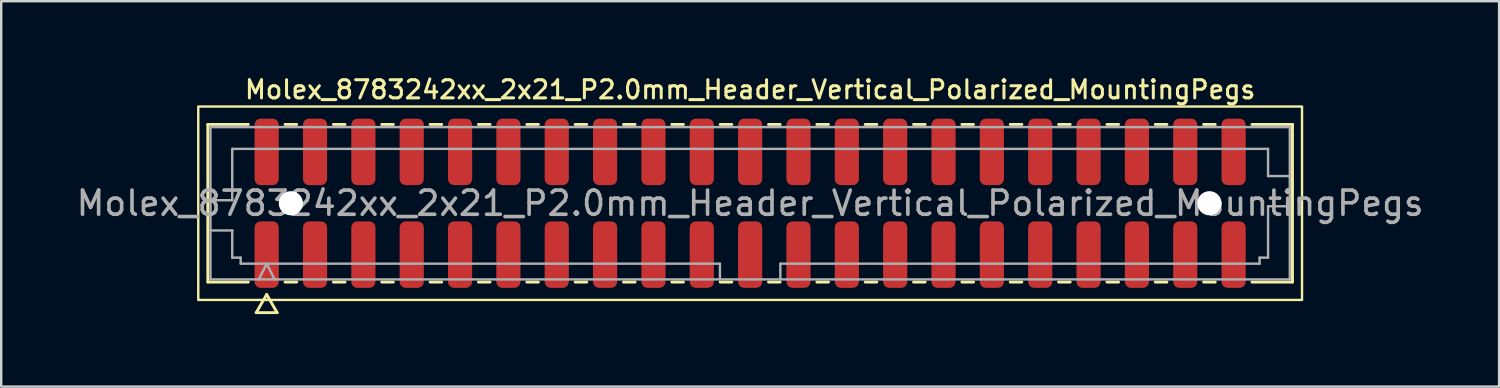
<source format=kicad_pcb>
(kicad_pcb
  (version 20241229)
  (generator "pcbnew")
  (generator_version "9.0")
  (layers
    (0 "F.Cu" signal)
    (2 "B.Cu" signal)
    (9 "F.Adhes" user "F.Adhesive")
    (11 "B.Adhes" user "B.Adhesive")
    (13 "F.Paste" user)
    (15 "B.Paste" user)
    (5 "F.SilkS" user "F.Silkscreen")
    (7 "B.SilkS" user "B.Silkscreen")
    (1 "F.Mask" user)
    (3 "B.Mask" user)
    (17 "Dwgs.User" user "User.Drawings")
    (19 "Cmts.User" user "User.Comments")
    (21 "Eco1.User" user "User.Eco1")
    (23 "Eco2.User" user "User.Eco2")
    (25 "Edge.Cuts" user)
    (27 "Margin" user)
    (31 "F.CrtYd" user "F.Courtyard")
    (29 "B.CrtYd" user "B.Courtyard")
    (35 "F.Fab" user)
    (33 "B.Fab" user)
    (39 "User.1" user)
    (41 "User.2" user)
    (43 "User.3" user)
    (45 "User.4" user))
  (footprint "Molex_8783242xx_2x21_P2.0mm_Header_Vertical_Polarized_MountingPegs"
    (layer "F.Cu")
    (at 27.982 5.358)
    (property "Reference" "Molex_8783242xx_2x21_P2.0mm_Header_Vertical_Polarized_MountingPegs" (at 0 -4.7 0) (layer "F.SilkS") (effects (font (size 0.75 0.75) (thickness 0.125))))
    (attr smd)
    (fp_line (start -22.435 -3.26) (end -20.76 -3.26) (stroke (width 0.12) (type solid)) (layer "F.SilkS"))
    (fp_line (start -22.435 3.26) (end -22.435 -3.26) (stroke (width 0.12) (type solid)) (layer "F.SilkS"))
    (fp_line (start -20.76 3.26) (end -22.435 3.26) (stroke (width 0.12) (type solid)) (layer "F.SilkS"))
    (fp_line (start -20.433 4.525) (end -20 3.775) (stroke (width 0.12) (type solid)) (layer "F.SilkS"))
    (fp_line (start -20 3.775) (end -19.567 4.525) (stroke (width 0.12) (type solid)) (layer "F.SilkS"))
    (fp_line (start -19.567 4.525) (end -20.433 4.525) (stroke (width 0.12) (type solid)) (layer "F.SilkS"))
    (fp_line (start -19.24 -3.26) (end -18.76 -3.26) (stroke (width 0.12) (type solid)) (layer "F.SilkS"))
    (fp_line (start -18.76 3.26) (end -19.24 3.26) (stroke (width 0.12) (type solid)) (layer "F.SilkS"))
    (fp_line (start -17.24 -3.26) (end -16.76 -3.26) (stroke (width 0.12) (type solid)) (layer "F.SilkS"))
    (fp_line (start -16.76 3.26) (end -17.24 3.26) (stroke (width 0.12) (type solid)) (layer "F.SilkS"))
    (fp_line (start -15.24 -3.26) (end -14.76 -3.26) (stroke (width 0.12) (type solid)) (layer "F.SilkS"))
    (fp_line (start -14.76 3.26) (end -15.24 3.26) (stroke (width 0.12) (type solid)) (layer "F.SilkS"))
    (fp_line (start -13.24 -3.26) (end -12.76 -3.26) (stroke (width 0.12) (type solid)) (layer "F.SilkS"))
    (fp_line (start -12.76 3.26) (end -13.24 3.26) (stroke (width 0.12) (type solid)) (layer "F.SilkS"))
    (fp_line (start -11.24 -3.26) (end -10.76 -3.26) (stroke (width 0.12) (type solid)) (layer "F.SilkS"))
    (fp_line (start -10.76 3.26) (end -11.24 3.26) (stroke (width 0.12) (type solid)) (layer "F.SilkS"))
    (fp_line (start -9.24 -3.26) (end -8.76 -3.26) (stroke (width 0.12) (type solid)) (layer "F.SilkS"))
    (fp_line (start -8.76 3.26) (end -9.24 3.26) (stroke (width 0.12) (type solid)) (layer "F.SilkS"))
    (fp_line (start -7.24 -3.26) (end -6.76 -3.26) (stroke (width 0.12) (type solid)) (layer "F.SilkS"))
    (fp_line (start -6.76 3.26) (end -7.24 3.26) (stroke (width 0.12) (type solid)) (layer "F.SilkS"))
    (fp_line (start -5.24 -3.26) (end -4.76 -3.26) (stroke (width 0.12) (type solid)) (layer "F.SilkS"))
    (fp_line (start -4.76 3.26) (end -5.24 3.26) (stroke (width 0.12) (type solid)) (layer "F.SilkS"))
    (fp_line (start -3.24 -3.26) (end -2.76 -3.26) (stroke (width 0.12) (type solid)) (layer "F.SilkS"))
    (fp_line (start -2.76 3.26) (end -3.24 3.26) (stroke (width 0.12) (type solid)) (layer "F.SilkS"))
    (fp_line (start -1.24 -3.26) (end -0.76 -3.26) (stroke (width 0.12) (type solid)) (layer "F.SilkS"))
    (fp_line (start -0.76 3.26) (end -1.24 3.26) (stroke (width 0.12) (type solid)) (layer "F.SilkS"))
    (fp_line (start 0.76 -3.26) (end 1.24 -3.26) (stroke (width 0.12) (type solid)) (layer "F.SilkS"))
    (fp_line (start 1.24 3.26) (end 0.76 3.26) (stroke (width 0.12) (type solid)) (layer "F.SilkS"))
    (fp_line (start 2.76 -3.26) (end 3.24 -3.26) (stroke (width 0.12) (type solid)) (layer "F.SilkS"))
    (fp_line (start 3.24 3.26) (end 2.76 3.26) (stroke (width 0.12) (type solid)) (layer "F.SilkS"))
    (fp_line (start 4.76 -3.26) (end 5.24 -3.26) (stroke (width 0.12) (type solid)) (layer "F.SilkS"))
    (fp_line (start 5.24 3.26) (end 4.76 3.26) (stroke (width 0.12) (type solid)) (layer "F.SilkS"))
    (fp_line (start 6.76 -3.26) (end 7.24 -3.26) (stroke (width 0.12) (type solid)) (layer "F.SilkS"))
    (fp_line (start 7.24 3.26) (end 6.76 3.26) (stroke (width 0.12) (type solid)) (layer "F.SilkS"))
    (fp_line (start 8.76 -3.26) (end 9.24 -3.26) (stroke (width 0.12) (type solid)) (layer "F.SilkS"))
    (fp_line (start 9.24 3.26) (end 8.76 3.26) (stroke (width 0.12) (type solid)) (layer "F.SilkS"))
    (fp_line (start 10.76 -3.26) (end 11.24 -3.26) (stroke (width 0.12) (type solid)) (layer "F.SilkS"))
    (fp_line (start 11.24 3.26) (end 10.76 3.26) (stroke (width 0.12) (type solid)) (layer "F.SilkS"))
    (fp_line (start 12.76 -3.26) (end 13.24 -3.26) (stroke (width 0.12) (type solid)) (layer "F.SilkS"))
    (fp_line (start 13.24 3.26) (end 12.76 3.26) (stroke (width 0.12) (type solid)) (layer "F.SilkS"))
    (fp_line (start 14.76 -3.26) (end 15.24 -3.26) (stroke (width 0.12) (type solid)) (layer "F.SilkS"))
    (fp_line (start 15.24 3.26) (end 14.76 3.26) (stroke (width 0.12) (type solid)) (layer "F.SilkS"))
    (fp_line (start 16.76 -3.26) (end 17.24 -3.26) (stroke (width 0.12) (type solid)) (layer "F.SilkS"))
    (fp_line (start 17.24 3.26) (end 16.76 3.26) (stroke (width 0.12) (type solid)) (layer "F.SilkS"))
    (fp_line (start 18.76 -3.26) (end 19.24 -3.26) (stroke (width 0.12) (type solid)) (layer "F.SilkS"))
    (fp_line (start 19.24 3.26) (end 18.76 3.26) (stroke (width 0.12) (type solid)) (layer "F.SilkS"))
    (fp_line (start 20.76 -3.26) (end 22.435 -3.26) (stroke (width 0.12) (type solid)) (layer "F.SilkS"))
    (fp_line (start 22.435 -3.26) (end 22.435 3.26) (stroke (width 0.12) (type solid)) (layer "F.SilkS"))
    (fp_line (start 22.435 3.26) (end 20.76 3.26) (stroke (width 0.12) (type solid)) (layer "F.SilkS"))
    (fp_rect (start -22.83 -4) (end 22.83 4) (stroke (width 0.1) (type solid)) (fill no) (layer "F.SilkS"))
    (fp_line (start -22.325 -3.15) (end 22.325 -3.15) (stroke (width 0.1) (type solid)) (layer "F.Fab"))
    (fp_line (start -22.325 -0.125) (end -21.425 -0.125) (stroke (width 0.1) (type solid)) (layer "F.Fab"))
    (fp_line (start -22.325 1.125) (end -21.425 1.125) (stroke (width 0.1) (type solid)) (layer "F.Fab"))
    (fp_line (start -22.325 3.15) (end -22.325 -3.15) (stroke (width 0.1) (type solid)) (layer "F.Fab"))
    (fp_line (start -21.425 -2.25) (end 21.425 -2.25) (stroke (width 0.1) (type solid)) (layer "F.Fab"))
    (fp_line (start -21.425 -0.125) (end -21.425 -2.25) (stroke (width 0.1) (type solid)) (layer "F.Fab"))
    (fp_line (start -21.425 1.125) (end -21.425 2.25) (stroke (width 0.1) (type solid)) (layer "F.Fab"))
    (fp_line (start -21.425 2.25) (end -21.075 2.25) (stroke (width 0.1) (type solid)) (layer "F.Fab"))
    (fp_line (start -21.075 2.25) (end -21.075 2.5) (stroke (width 0.1) (type solid)) (layer "F.Fab"))
    (fp_line (start -21.075 2.5) (end -1.25 2.5) (stroke (width 0.1) (type solid)) (layer "F.Fab"))
    (fp_line (start -20.325 3.15) (end -20 2.5) (stroke (width 0.1) (type solid)) (layer "F.Fab"))
    (fp_line (start -20 2.5) (end -19.675 3.15) (stroke (width 0.1) (type solid)) (layer "F.Fab"))
    (fp_line (start -1.25 2.5) (end -1.25 3.15) (stroke (width 0.1) (type solid)) (layer "F.Fab"))
    (fp_line (start 1.25 2.5) (end 1.25 3.15) (stroke (width 0.1) (type solid)) (layer "F.Fab"))
    (fp_line (start 1.25 2.5) (end 21.075 2.5) (stroke (width 0.1) (type solid)) (layer "F.Fab"))
    (fp_line (start 21.075 2.25) (end 21.425 2.25) (stroke (width 0.1) (type solid)) (layer "F.Fab"))
    (fp_line (start 21.075 2.5) (end 21.075 2.25) (stroke (width 0.1) (type solid)) (layer "F.Fab"))
    (fp_line (start 21.425 -2.25) (end 21.425 -1.125) (stroke (width 0.1) (type solid)) (layer "F.Fab"))
    (fp_line (start 21.425 -1.125) (end 22.325 -1.125) (stroke (width 0.1) (type solid)) (layer "F.Fab"))
    (fp_line (start 21.425 0.125) (end 22.325 0.125) (stroke (width 0.1) (type solid)) (layer "F.Fab"))
    (fp_line (start 21.425 2.25) (end 21.425 0.125) (stroke (width 0.1) (type solid)) (layer "F.Fab"))
    (fp_line (start 22.325 -3.15) (end 22.325 3.15) (stroke (width 0.1) (type solid)) (layer "F.Fab"))
    (fp_line (start 22.325 3.15) (end -22.325 3.15) (stroke (width 0.1) (type solid)) (layer "F.Fab"))
    (fp_text user "${REFERENCE}" (at 0 0 0) (layer "F.Fab") (effects (font (size 1 1) (thickness 0.15))))
    (pad "" np_thru_hole circle (at -19 0) (size 1 1) (drill 1) (layers "*.Cu" "*.Mask"))
    (pad "" np_thru_hole circle (at 19 0) (size 1 1) (drill 1) (layers "*.Cu" "*.Mask"))
    (pad "1" smd roundrect (at -20 2.125) (size 1 2.75) (layers "F.Cu" "F.Mask" "F.Paste") (roundrect_rratio 0.25))
    (pad "2" smd roundrect (at -20 -2.125) (size 1 2.75) (layers "F.Cu" "F.Mask" "F.Paste") (roundrect_rratio 0.25))
    (pad "3" smd roundrect (at -18 2.125) (size 1 2.75) (layers "F.Cu" "F.Mask" "F.Paste") (roundrect_rratio 0.25))
    (pad "4" smd roundrect (at -18 -2.125) (size 1 2.75) (layers "F.Cu" "F.Mask" "F.Paste") (roundrect_rratio 0.25))
    (pad "5" smd roundrect (at -16 2.125) (size 1 2.75) (layers "F.Cu" "F.Mask" "F.Paste") (roundrect_rratio 0.25))
    (pad "6" smd roundrect (at -16 -2.125) (size 1 2.75) (layers "F.Cu" "F.Mask" "F.Paste") (roundrect_rratio 0.25))
    (pad "7" smd roundrect (at -14 2.125) (size 1 2.75) (layers "F.Cu" "F.Mask" "F.Paste") (roundrect_rratio 0.25))
    (pad "8" smd roundrect (at -14 -2.125) (size 1 2.75) (layers "F.Cu" "F.Mask" "F.Paste") (roundrect_rratio 0.25))
    (pad "9" smd roundrect (at -12 2.125) (size 1 2.75) (layers "F.Cu" "F.Mask" "F.Paste") (roundrect_rratio 0.25))
    (pad "10" smd roundrect (at -12 -2.125) (size 1 2.75) (layers "F.Cu" "F.Mask" "F.Paste") (roundrect_rratio 0.25))
    (pad "11" smd roundrect (at -10 2.125) (size 1 2.75) (layers "F.Cu" "F.Mask" "F.Paste") (roundrect_rratio 0.25))
    (pad "12" smd roundrect (at -10 -2.125) (size 1 2.75) (layers "F.Cu" "F.Mask" "F.Paste") (roundrect_rratio 0.25))
    (pad "13" smd roundrect (at -8 2.125) (size 1 2.75) (layers "F.Cu" "F.Mask" "F.Paste") (roundrect_rratio 0.25))
    (pad "14" smd roundrect (at -8 -2.125) (size 1 2.75) (layers "F.Cu" "F.Mask" "F.Paste") (roundrect_rratio 0.25))
    (pad "15" smd roundrect (at -6 2.125) (size 1 2.75) (layers "F.Cu" "F.Mask" "F.Paste") (roundrect_rratio 0.25))
    (pad "16" smd roundrect (at -6 -2.125) (size 1 2.75) (layers "F.Cu" "F.Mask" "F.Paste") (roundrect_rratio 0.25))
    (pad "17" smd roundrect (at -4 2.125) (size 1 2.75) (layers "F.Cu" "F.Mask" "F.Paste") (roundrect_rratio 0.25))
    (pad "18" smd roundrect (at -4 -2.125) (size 1 2.75) (layers "F.Cu" "F.Mask" "F.Paste") (roundrect_rratio 0.25))
    (pad "19" smd roundrect (at -2 2.125) (size 1 2.75) (layers "F.Cu" "F.Mask" "F.Paste") (roundrect_rratio 0.25))
    (pad "20" smd roundrect (at -2 -2.125) (size 1 2.75) (layers "F.Cu" "F.Mask" "F.Paste") (roundrect_rratio 0.25))
    (pad "21" smd roundrect (at 0 2.125) (size 1 2.75) (layers "F.Cu" "F.Mask" "F.Paste") (roundrect_rratio 0.25))
    (pad "22" smd roundrect (at 0 -2.125) (size 1 2.75) (layers "F.Cu" "F.Mask" "F.Paste") (roundrect_rratio 0.25))
    (pad "23" smd roundrect (at 2 2.125) (size 1 2.75) (layers "F.Cu" "F.Mask" "F.Paste") (roundrect_rratio 0.25))
    (pad "24" smd roundrect (at 2 -2.125) (size 1 2.75) (layers "F.Cu" "F.Mask" "F.Paste") (roundrect_rratio 0.25))
    (pad "25" smd roundrect (at 4 2.125) (size 1 2.75) (layers "F.Cu" "F.Mask" "F.Paste") (roundrect_rratio 0.25))
    (pad "26" smd roundrect (at 4 -2.125) (size 1 2.75) (layers "F.Cu" "F.Mask" "F.Paste") (roundrect_rratio 0.25))
    (pad "27" smd roundrect (at 6 2.125) (size 1 2.75) (layers "F.Cu" "F.Mask" "F.Paste") (roundrect_rratio 0.25))
    (pad "28" smd roundrect (at 6 -2.125) (size 1 2.75) (layers "F.Cu" "F.Mask" "F.Paste") (roundrect_rratio 0.25))
    (pad "29" smd roundrect (at 8 2.125) (size 1 2.75) (layers "F.Cu" "F.Mask" "F.Paste") (roundrect_rratio 0.25))
    (pad "30" smd roundrect (at 8 -2.125) (size 1 2.75) (layers "F.Cu" "F.Mask" "F.Paste") (roundrect_rratio 0.25))
    (pad "31" smd roundrect (at 10 2.125) (size 1 2.75) (layers "F.Cu" "F.Mask" "F.Paste") (roundrect_rratio 0.25))
    (pad "32" smd roundrect (at 10 -2.125) (size 1 2.75) (layers "F.Cu" "F.Mask" "F.Paste") (roundrect_rratio 0.25))
    (pad "33" smd roundrect (at 12 2.125) (size 1 2.75) (layers "F.Cu" "F.Mask" "F.Paste") (roundrect_rratio 0.25))
    (pad "34" smd roundrect (at 12 -2.125) (size 1 2.75) (layers "F.Cu" "F.Mask" "F.Paste") (roundrect_rratio 0.25))
    (pad "35" smd roundrect (at 14 2.125) (size 1 2.75) (layers "F.Cu" "F.Mask" "F.Paste") (roundrect_rratio 0.25))
    (pad "36" smd roundrect (at 14 -2.125) (size 1 2.75) (layers "F.Cu" "F.Mask" "F.Paste") (roundrect_rratio 0.25))
    (pad "37" smd roundrect (at 16 2.125) (size 1 2.75) (layers "F.Cu" "F.Mask" "F.Paste") (roundrect_rratio 0.25))
    (pad "38" smd roundrect (at 16 -2.125) (size 1 2.75) (layers "F.Cu" "F.Mask" "F.Paste") (roundrect_rratio 0.25))
    (pad "39" smd roundrect (at 18 2.125) (size 1 2.75) (layers "F.Cu" "F.Mask" "F.Paste") (roundrect_rratio 0.25))
    (pad "40" smd roundrect (at 18 -2.125) (size 1 2.75) (layers "F.Cu" "F.Mask" "F.Paste") (roundrect_rratio 0.25))
    (pad "41" smd roundrect (at 20 2.125) (size 1 2.75) (layers "F.Cu" "F.Mask" "F.Paste") (roundrect_rratio 0.25))
    (pad "42" smd roundrect (at 20 -2.125) (size 1 2.75) (layers "F.Cu" "F.Mask" "F.Paste") (roundrect_rratio 0.25)))
  (gr_rect
    (start -3 -3)
    (end 58.964 12.943)
    (stroke (width 0.1) (type default))
    (fill no)
    (layer "Edge.Cuts")))
</source>
